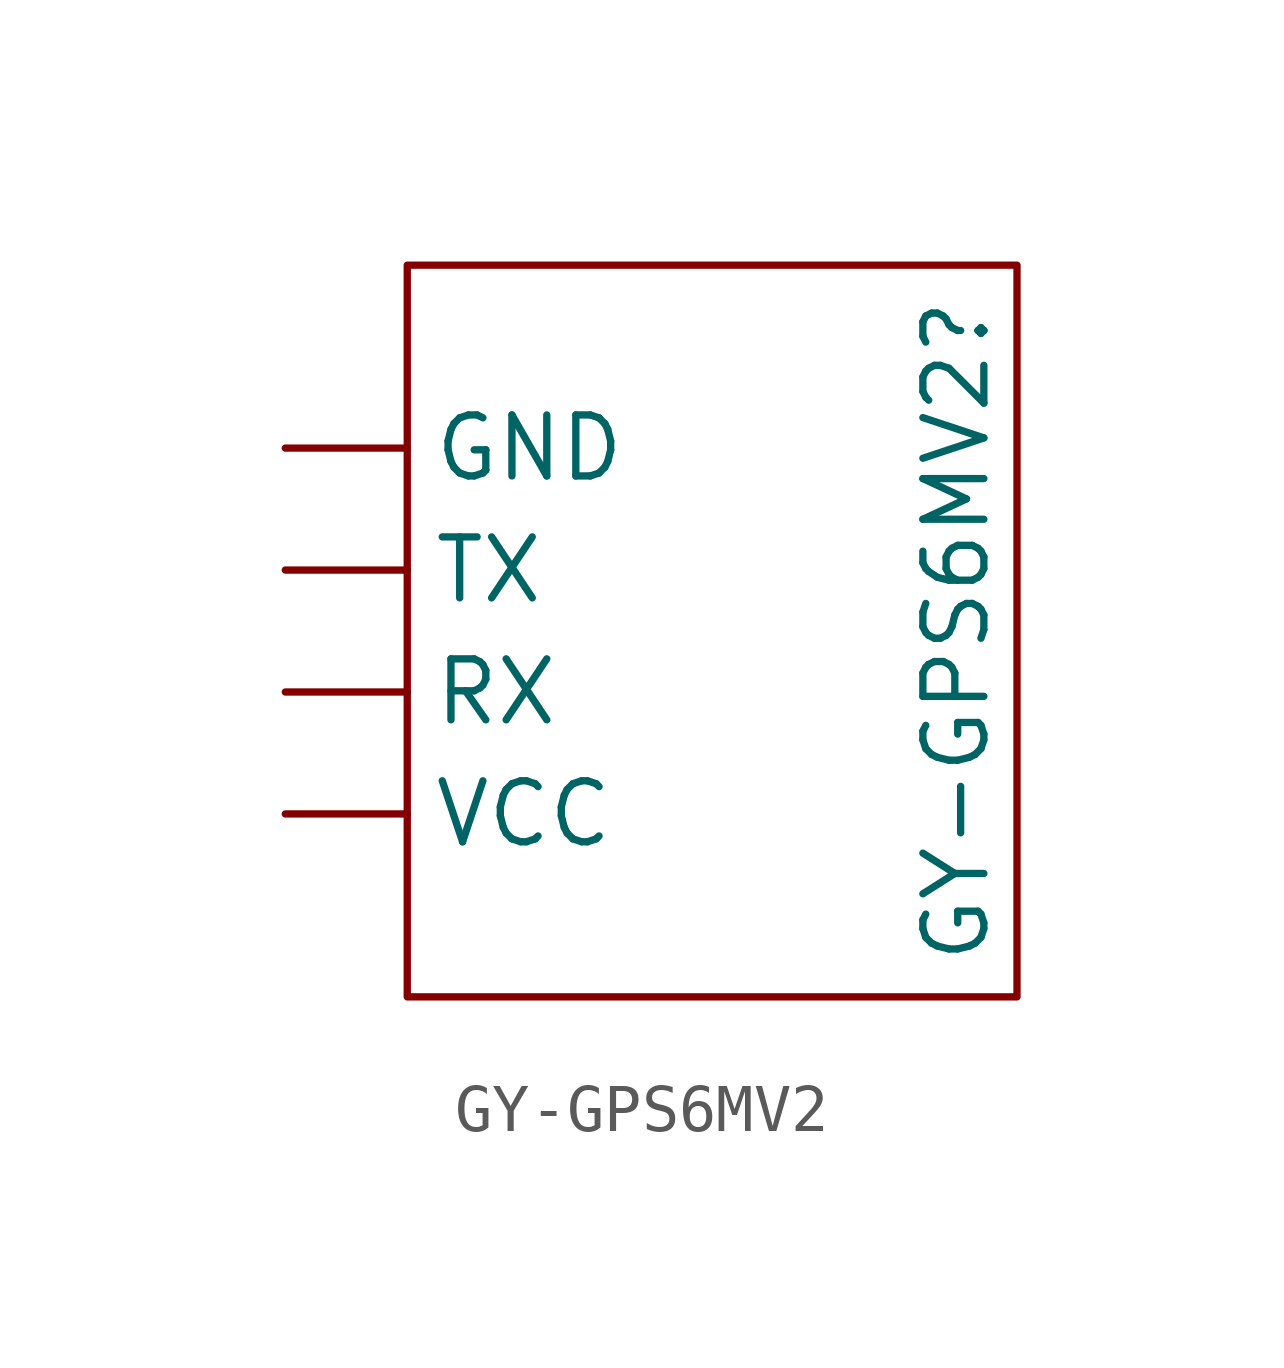
<source format=kicad_sym>
(kicad_symbol_lib
  (version 20220914)
  (generator kicad_symbol_editor)
  (symbol "GY-GPS6MV2"
    (property "Reference" "GY-GPS6MV2"
      (at 5.08 0 90)
      (effects (font (size 1.27 1.27))))
    (property "Value" ""
      (at 0 0 0)
      (effects (font (size 1.27 1.27))))
    (symbol "GY-GPS6MV2_0_1"
      (rectangle (start -6.35 7.62) (end 6.35 -7.62) (stroke (width 0) (type default)) (fill (type none))))
    (symbol "GY-GPS6MV2_1_1"
      (pin power_in line (at -8.89 3.81 0) (length 2.54) (name "GND" (effects (font (size 1.27 1.27)))) (number "" (effects (font (size 1.27 1.27)))))
      (pin input line (at -8.89 -1.27 0) (length 2.54) (name "RX" (effects (font (size 1.27 1.27)))) (number "" (effects (font (size 1.27 1.27)))))
      (pin output line (at -8.89 1.27 0) (length 2.54) (name "TX" (effects (font (size 1.27 1.27)))) (number "" (effects (font (size 1.27 1.27)))))
      (pin power_in line (at -8.89 -3.81 0) (length 2.54) (name "VCC" (effects (font (size 1.27 1.27)))) (number "" (effects (font (size 1.27 1.27))))))))
</source>
